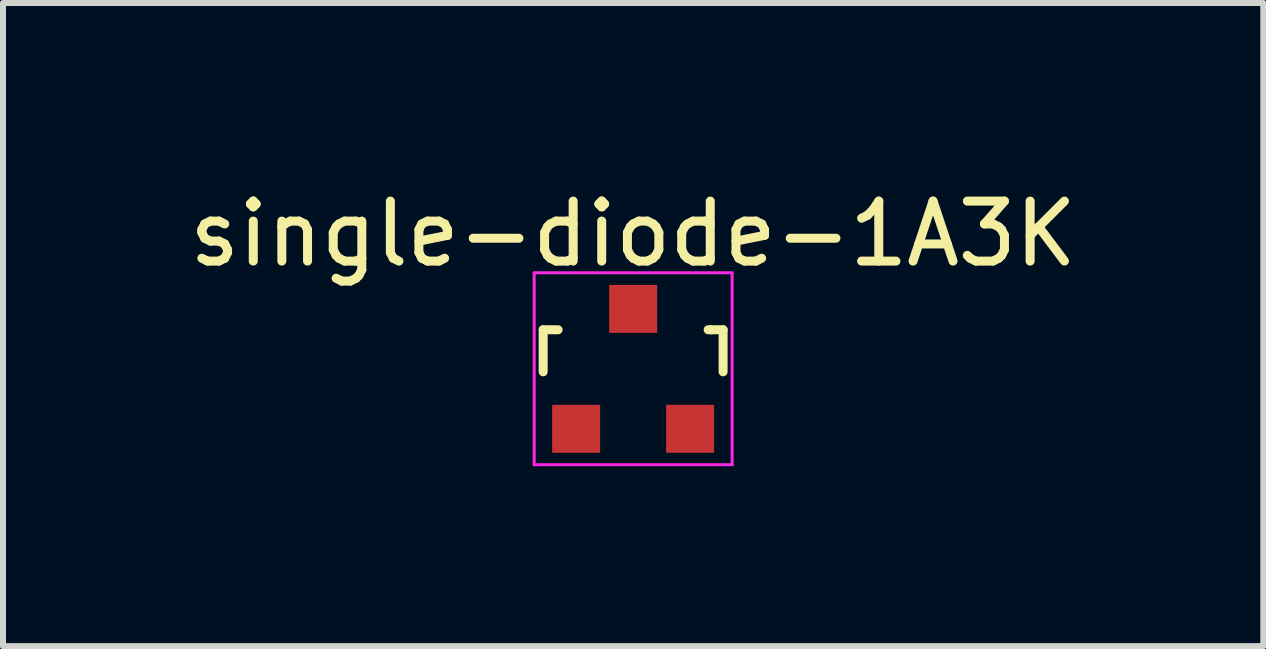
<source format=kicad_pcb>
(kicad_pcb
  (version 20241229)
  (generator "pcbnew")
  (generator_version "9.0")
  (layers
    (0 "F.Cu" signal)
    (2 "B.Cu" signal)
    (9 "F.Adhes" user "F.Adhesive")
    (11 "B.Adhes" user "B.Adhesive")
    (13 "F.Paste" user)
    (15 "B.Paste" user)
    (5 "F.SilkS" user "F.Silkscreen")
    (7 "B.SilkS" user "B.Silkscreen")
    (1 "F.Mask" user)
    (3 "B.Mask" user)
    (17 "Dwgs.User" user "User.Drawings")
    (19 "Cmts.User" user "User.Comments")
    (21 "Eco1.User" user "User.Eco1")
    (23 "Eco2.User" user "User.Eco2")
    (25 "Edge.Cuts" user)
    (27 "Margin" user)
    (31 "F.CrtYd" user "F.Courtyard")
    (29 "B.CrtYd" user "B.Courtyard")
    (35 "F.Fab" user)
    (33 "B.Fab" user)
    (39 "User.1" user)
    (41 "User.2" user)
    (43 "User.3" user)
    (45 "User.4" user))
  (footprint "single-diode-1A3K"
    (layer "F.Cu")
    (at 7.506 3.098)
    (property "Reference" "single-diode-1A3K" (at 0 -2.25 0) (layer "F.SilkS") (effects (font (size 1 1) (thickness 0.15))))
    (attr smd)
    (fp_line (start -1.5 -0.65) (end -1.251 -0.65) (stroke (width 0.15) (type solid)) (layer "F.SilkS"))
    (fp_line (start -1.5 0.051) (end -1.5 -0.65) (stroke (width 0.15) (type solid)) (layer "F.SilkS"))
    (fp_line (start 1.299 -0.65) (end 1.251 -0.65) (stroke (width 0.15) (type solid)) (layer "F.SilkS"))
    (fp_line (start 1.299 -0.65) (end 1.5 -0.65) (stroke (width 0.15) (type solid)) (layer "F.SilkS"))
    (fp_line (start 1.5 -0.65) (end 1.5 0.051) (stroke (width 0.15) (type solid)) (layer "F.SilkS"))
    (fp_line (start -1.65 -1.6) (end 1.65 -1.6) (stroke (width 0.05) (type solid)) (layer "F.CrtYd"))
    (fp_line (start -1.65 1.6) (end -1.65 -1.6) (stroke (width 0.05) (type solid)) (layer "F.CrtYd"))
    (fp_line (start 1.65 -1.6) (end 1.65 1.6) (stroke (width 0.05) (type solid)) (layer "F.CrtYd"))
    (fp_line (start 1.65 1.6) (end -1.65 1.6) (stroke (width 0.05) (type solid)) (layer "F.CrtYd"))
    (pad "" smd rect (at 0.95 1.001) (size 0.8 0.8) (layers "F.Cu" "F.Mask" "F.Paste"))
    (pad "1" smd rect (at 0 -0.998) (size 0.8 0.8) (layers "F.Cu" "F.Mask" "F.Paste"))
    (pad "2" smd rect (at -0.95 1.001) (size 0.8 0.8) (layers "F.Cu" "F.Mask" "F.Paste")))
  (gr_rect
    (start -3 -3)
    (end 18.012 7.723)
    (stroke (width 0.1) (type default))
    (fill no)
    (layer "Edge.Cuts")))
</source>
